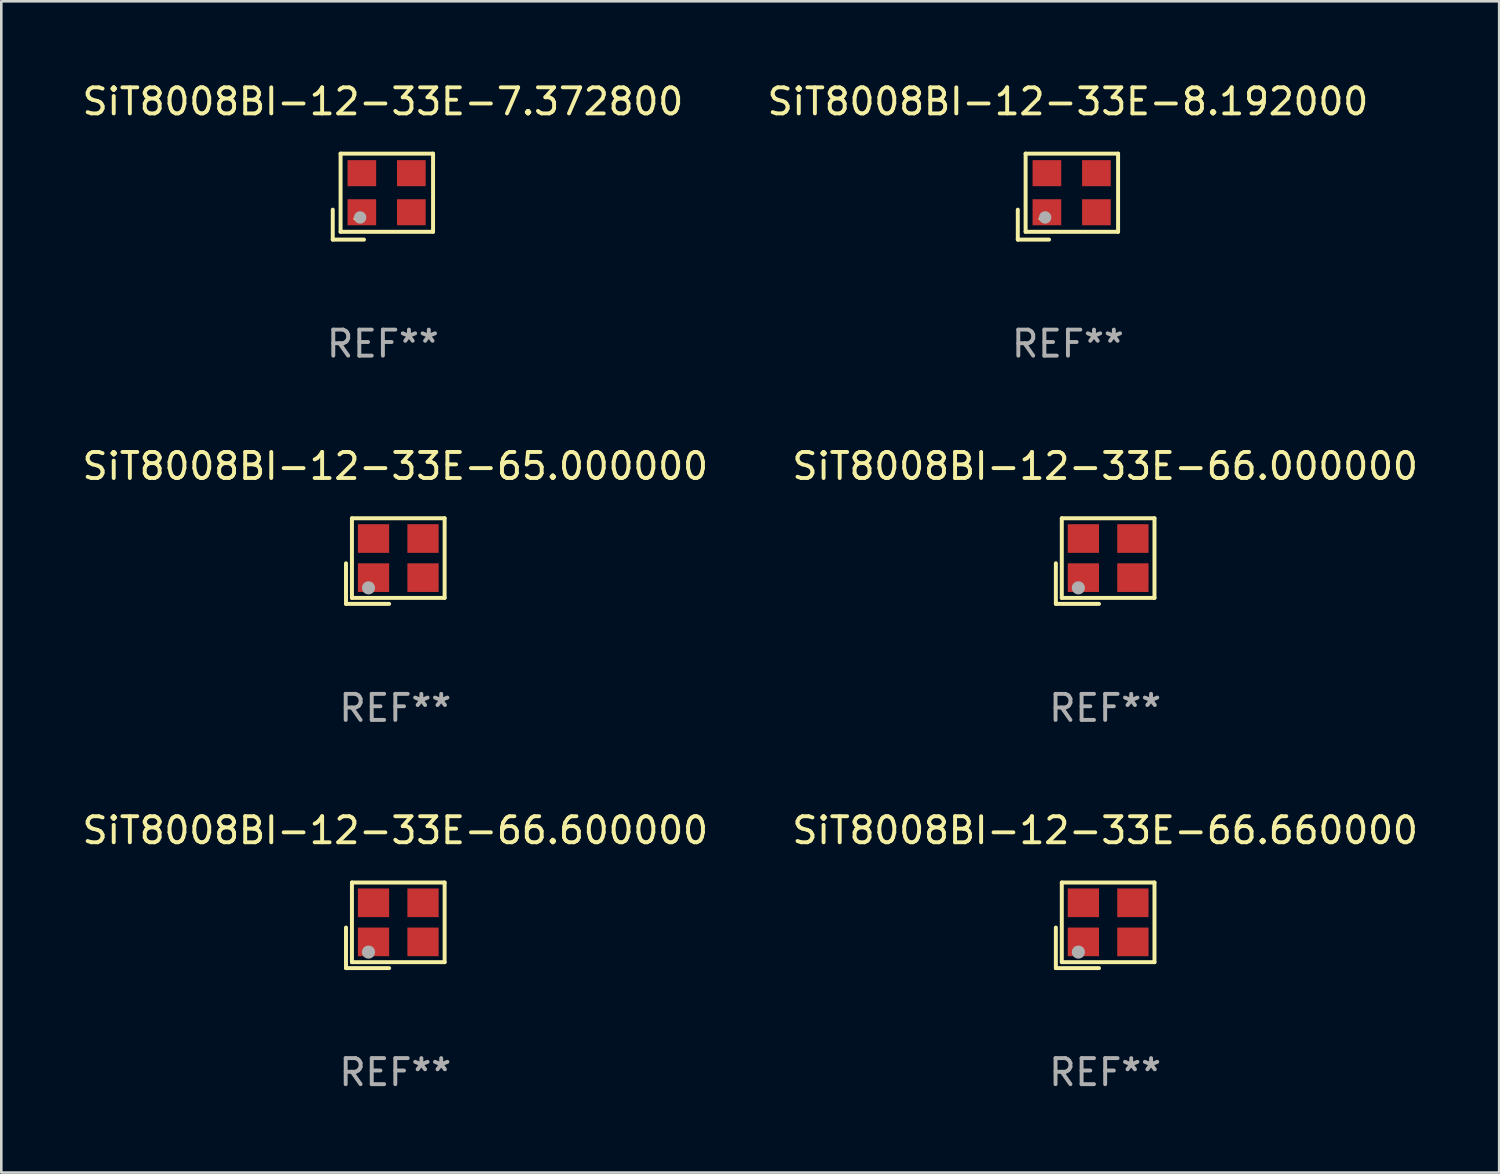
<source format=kicad_pcb>
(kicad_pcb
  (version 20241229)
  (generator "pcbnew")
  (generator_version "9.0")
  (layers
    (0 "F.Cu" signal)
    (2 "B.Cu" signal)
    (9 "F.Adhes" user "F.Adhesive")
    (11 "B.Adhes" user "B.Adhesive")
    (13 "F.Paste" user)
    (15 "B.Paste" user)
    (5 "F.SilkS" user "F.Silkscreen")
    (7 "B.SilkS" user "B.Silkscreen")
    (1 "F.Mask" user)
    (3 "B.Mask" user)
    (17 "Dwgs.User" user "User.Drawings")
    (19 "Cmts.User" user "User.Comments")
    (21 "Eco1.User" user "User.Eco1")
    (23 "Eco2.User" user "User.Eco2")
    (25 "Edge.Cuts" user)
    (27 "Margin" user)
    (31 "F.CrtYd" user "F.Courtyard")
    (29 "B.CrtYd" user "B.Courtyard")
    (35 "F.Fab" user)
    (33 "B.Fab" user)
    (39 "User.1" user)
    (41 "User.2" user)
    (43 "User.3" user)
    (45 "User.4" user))
  (footprint "SiT8008BI-12-33E-8.192000"
    (layer "F.Cu")
    (at 37.946 4.498)
    (property "Reference" "SiT8008BI-12-33E-8.192000" (at 0 -3.65 0) (layer "F.SilkS") (effects (font (size 1 1) (thickness 0.15))))
    (attr through_hole)
    (fp_line (start -1.925 0.5) (end -1.925 1.65) (stroke (width 0.152) (type solid)) (layer "F.SilkS"))
    (fp_line (start -1.925 1.65) (end -0.725 1.65) (stroke (width 0.152) (type solid)) (layer "F.SilkS"))
    (fp_line (start -1.625 -1.65) (end -1.625 1.35) (stroke (width 0.152) (type solid)) (layer "F.SilkS"))
    (fp_line (start -1.625 1.35) (end 1.925 1.35) (stroke (width 0.152) (type solid)) (layer "F.SilkS"))
    (fp_line (start 1.925 -1.65) (end -1.625 -1.65) (stroke (width 0.152) (type solid)) (layer "F.SilkS"))
    (fp_line (start 1.925 1.35) (end 1.925 -1.65) (stroke (width 0.152) (type solid)) (layer "F.SilkS"))
    (fp_circle (center -1.075 0.85) (end -1.045 0.85) (stroke (width 0.06) (type solid)) (fill no) (layer "F.SilkS"))
    (fp_circle (center -0.875 0.8) (end -0.755 0.8) (stroke (width 0.24) (type solid)) (fill no) (layer "F.Fab"))
    (fp_text user "REF**" (at 0 5.65 0) (layer "F.Fab") (effects (font (size 1 1) (thickness 0.15))))
    (pad "1" smd rect (at -0.808 0.6) (size 1.1 1) (layers "F.Cu" "F.Mask" "F.Paste"))
    (pad "2" smd rect (at 1.092 0.6) (size 1.1 1) (layers "F.Cu" "F.Mask" "F.Paste"))
    (pad "3" smd rect (at 1.092 -0.9) (size 1.1 1) (layers "F.Cu" "F.Mask" "F.Paste"))
    (pad "4" smd rect (at -0.808 -0.9) (size 1.1 1) (layers "F.Cu" "F.Mask" "F.Paste")))
  (footprint "SiT8008BI-12-33E-65.000000"
    (layer "F.Cu")
    (at 12.125 18.488)
    (property "Reference" "SiT8008BI-12-33E-65.000000" (at 0 -3.643 0) (layer "F.SilkS") (effects (font (size 1 1) (thickness 0.15))))
    (attr through_hole)
    (fp_line (start -1.893 0.086) (end -1.893 1.643) (stroke (width 0.152) (type solid)) (layer "F.SilkS"))
    (fp_line (start -1.893 1.643) (end -0.237 1.643) (stroke (width 0.152) (type solid)) (layer "F.SilkS"))
    (fp_line (start -1.665 -1.643) (end 1.893 -1.643) (stroke (width 0.152) (type solid)) (layer "F.SilkS"))
    (fp_line (start -1.665 1.414) (end -1.665 -1.643) (stroke (width 0.152) (type solid)) (layer "F.SilkS"))
    (fp_line (start 1.893 -1.643) (end 1.893 1.414) (stroke (width 0.152) (type solid)) (layer "F.SilkS"))
    (fp_line (start 1.893 1.414) (end -1.665 1.414) (stroke (width 0.152) (type solid)) (layer "F.SilkS"))
    (fp_circle (center -1.136 0.885) (end -1.106 0.885) (stroke (width 0.06) (type solid)) (fill no) (layer "F.SilkS"))
    (fp_circle (center -1.029 1.028) (end -0.902 1.028) (stroke (width 0.254) (type solid)) (fill no) (layer "F.Fab"))
    (fp_text user "REF**" (at 0 5.643 0) (layer "F.Fab") (effects (font (size 1 1) (thickness 0.15))))
    (pad "1" smd rect (at -0.836 0.636) (size 1.2 1.1) (layers "F.Cu" "F.Mask" "F.Paste"))
    (pad "2" smd rect (at 1.064 0.636) (size 1.2 1.1) (layers "F.Cu" "F.Mask" "F.Paste"))
    (pad "3" smd rect (at 1.064 -0.865) (size 1.2 1.1) (layers "F.Cu" "F.Mask" "F.Paste"))
    (pad "4" smd rect (at -0.836 -0.865) (size 1.2 1.1) (layers "F.Cu" "F.Mask" "F.Paste")))
  (footprint "SiT8008BI-12-33E-66.660000"
    (layer "F.Cu")
    (at 39.375 32.471)
    (property "Reference" "SiT8008BI-12-33E-66.660000" (at 0 -3.643 0) (layer "F.SilkS") (effects (font (size 1 1) (thickness 0.15))))
    (attr through_hole)
    (fp_line (start -1.893 0.086) (end -1.893 1.643) (stroke (width 0.152) (type solid)) (layer "F.SilkS"))
    (fp_line (start -1.893 1.643) (end -0.237 1.643) (stroke (width 0.152) (type solid)) (layer "F.SilkS"))
    (fp_line (start -1.665 -1.643) (end 1.893 -1.643) (stroke (width 0.152) (type solid)) (layer "F.SilkS"))
    (fp_line (start -1.665 1.414) (end -1.665 -1.643) (stroke (width 0.152) (type solid)) (layer "F.SilkS"))
    (fp_line (start 1.893 -1.643) (end 1.893 1.414) (stroke (width 0.152) (type solid)) (layer "F.SilkS"))
    (fp_line (start 1.893 1.414) (end -1.665 1.414) (stroke (width 0.152) (type solid)) (layer "F.SilkS"))
    (fp_circle (center -1.136 0.885) (end -1.106 0.885) (stroke (width 0.06) (type solid)) (fill no) (layer "F.SilkS"))
    (fp_circle (center -1.029 1.028) (end -0.902 1.028) (stroke (width 0.254) (type solid)) (fill no) (layer "F.Fab"))
    (fp_text user "REF**" (at 0 5.643 0) (layer "F.Fab") (effects (font (size 1 1) (thickness 0.15))))
    (pad "1" smd rect (at -0.836 0.636) (size 1.2 1.1) (layers "F.Cu" "F.Mask" "F.Paste"))
    (pad "2" smd rect (at 1.064 0.636) (size 1.2 1.1) (layers "F.Cu" "F.Mask" "F.Paste"))
    (pad "3" smd rect (at 1.064 -0.865) (size 1.2 1.1) (layers "F.Cu" "F.Mask" "F.Paste"))
    (pad "4" smd rect (at -0.836 -0.865) (size 1.2 1.1) (layers "F.Cu" "F.Mask" "F.Paste")))
  (footprint "SiT8008BI-12-33E-66.000000"
    (layer "F.Cu")
    (at 39.375 18.488)
    (property "Reference" "SiT8008BI-12-33E-66.000000" (at 0 -3.643 0) (layer "F.SilkS") (effects (font (size 1 1) (thickness 0.15))))
    (attr through_hole)
    (fp_line (start -1.893 0.086) (end -1.893 1.643) (stroke (width 0.152) (type solid)) (layer "F.SilkS"))
    (fp_line (start -1.893 1.643) (end -0.237 1.643) (stroke (width 0.152) (type solid)) (layer "F.SilkS"))
    (fp_line (start -1.665 -1.643) (end 1.893 -1.643) (stroke (width 0.152) (type solid)) (layer "F.SilkS"))
    (fp_line (start -1.665 1.414) (end -1.665 -1.643) (stroke (width 0.152) (type solid)) (layer "F.SilkS"))
    (fp_line (start 1.893 -1.643) (end 1.893 1.414) (stroke (width 0.152) (type solid)) (layer "F.SilkS"))
    (fp_line (start 1.893 1.414) (end -1.665 1.414) (stroke (width 0.152) (type solid)) (layer "F.SilkS"))
    (fp_circle (center -1.136 0.885) (end -1.106 0.885) (stroke (width 0.06) (type solid)) (fill no) (layer "F.SilkS"))
    (fp_circle (center -1.029 1.028) (end -0.902 1.028) (stroke (width 0.254) (type solid)) (fill no) (layer "F.Fab"))
    (fp_text user "REF**" (at 0 5.643 0) (layer "F.Fab") (effects (font (size 1 1) (thickness 0.15))))
    (pad "1" smd rect (at -0.836 0.636) (size 1.2 1.1) (layers "F.Cu" "F.Mask" "F.Paste"))
    (pad "2" smd rect (at 1.064 0.636) (size 1.2 1.1) (layers "F.Cu" "F.Mask" "F.Paste"))
    (pad "3" smd rect (at 1.064 -0.865) (size 1.2 1.1) (layers "F.Cu" "F.Mask" "F.Paste"))
    (pad "4" smd rect (at -0.836 -0.865) (size 1.2 1.1) (layers "F.Cu" "F.Mask" "F.Paste")))
  (footprint "SiT8008BI-12-33E-66.600000"
    (layer "F.Cu")
    (at 12.125 32.471)
    (property "Reference" "SiT8008BI-12-33E-66.600000" (at 0 -3.643 0) (layer "F.SilkS") (effects (font (size 1 1) (thickness 0.15))))
    (attr through_hole)
    (fp_line (start -1.893 0.086) (end -1.893 1.643) (stroke (width 0.152) (type solid)) (layer "F.SilkS"))
    (fp_line (start -1.893 1.643) (end -0.237 1.643) (stroke (width 0.152) (type solid)) (layer "F.SilkS"))
    (fp_line (start -1.665 -1.643) (end 1.893 -1.643) (stroke (width 0.152) (type solid)) (layer "F.SilkS"))
    (fp_line (start -1.665 1.414) (end -1.665 -1.643) (stroke (width 0.152) (type solid)) (layer "F.SilkS"))
    (fp_line (start 1.893 -1.643) (end 1.893 1.414) (stroke (width 0.152) (type solid)) (layer "F.SilkS"))
    (fp_line (start 1.893 1.414) (end -1.665 1.414) (stroke (width 0.152) (type solid)) (layer "F.SilkS"))
    (fp_circle (center -1.136 0.885) (end -1.106 0.885) (stroke (width 0.06) (type solid)) (fill no) (layer "F.SilkS"))
    (fp_circle (center -1.029 1.028) (end -0.902 1.028) (stroke (width 0.254) (type solid)) (fill no) (layer "F.Fab"))
    (fp_text user "REF**" (at 0 5.643 0) (layer "F.Fab") (effects (font (size 1 1) (thickness 0.15))))
    (pad "1" smd rect (at -0.836 0.636) (size 1.2 1.1) (layers "F.Cu" "F.Mask" "F.Paste"))
    (pad "2" smd rect (at 1.064 0.636) (size 1.2 1.1) (layers "F.Cu" "F.Mask" "F.Paste"))
    (pad "3" smd rect (at 1.064 -0.865) (size 1.2 1.1) (layers "F.Cu" "F.Mask" "F.Paste"))
    (pad "4" smd rect (at -0.836 -0.865) (size 1.2 1.1) (layers "F.Cu" "F.Mask" "F.Paste")))
  (footprint "SiT8008BI-12-33E-7.372800"
    (layer "F.Cu")
    (at 11.649 4.498)
    (property "Reference" "SiT8008BI-12-33E-7.372800" (at 0 -3.65 0) (layer "F.SilkS") (effects (font (size 1 1) (thickness 0.15))))
    (attr through_hole)
    (fp_line (start -1.925 0.5) (end -1.925 1.65) (stroke (width 0.152) (type solid)) (layer "F.SilkS"))
    (fp_line (start -1.925 1.65) (end -0.725 1.65) (stroke (width 0.152) (type solid)) (layer "F.SilkS"))
    (fp_line (start -1.625 -1.65) (end -1.625 1.35) (stroke (width 0.152) (type solid)) (layer "F.SilkS"))
    (fp_line (start -1.625 1.35) (end 1.925 1.35) (stroke (width 0.152) (type solid)) (layer "F.SilkS"))
    (fp_line (start 1.925 -1.65) (end -1.625 -1.65) (stroke (width 0.152) (type solid)) (layer "F.SilkS"))
    (fp_line (start 1.925 1.35) (end 1.925 -1.65) (stroke (width 0.152) (type solid)) (layer "F.SilkS"))
    (fp_circle (center -1.075 0.85) (end -1.045 0.85) (stroke (width 0.06) (type solid)) (fill no) (layer "F.SilkS"))
    (fp_circle (center -0.875 0.8) (end -0.755 0.8) (stroke (width 0.24) (type solid)) (fill no) (layer "F.Fab"))
    (fp_text user "REF**" (at 0 5.65 0) (layer "F.Fab") (effects (font (size 1 1) (thickness 0.15))))
    (pad "1" smd rect (at -0.808 0.6) (size 1.1 1) (layers "F.Cu" "F.Mask" "F.Paste"))
    (pad "2" smd rect (at 1.092 0.6) (size 1.1 1) (layers "F.Cu" "F.Mask" "F.Paste"))
    (pad "3" smd rect (at 1.092 -0.9) (size 1.1 1) (layers "F.Cu" "F.Mask" "F.Paste"))
    (pad "4" smd rect (at -0.808 -0.9) (size 1.1 1) (layers "F.Cu" "F.Mask" "F.Paste")))
  (gr_rect
    (start -3 -3)
    (end 54.5 41.962)
    (stroke (width 0.1) (type default))
    (fill no)
    (layer "Edge.Cuts")))
</source>
